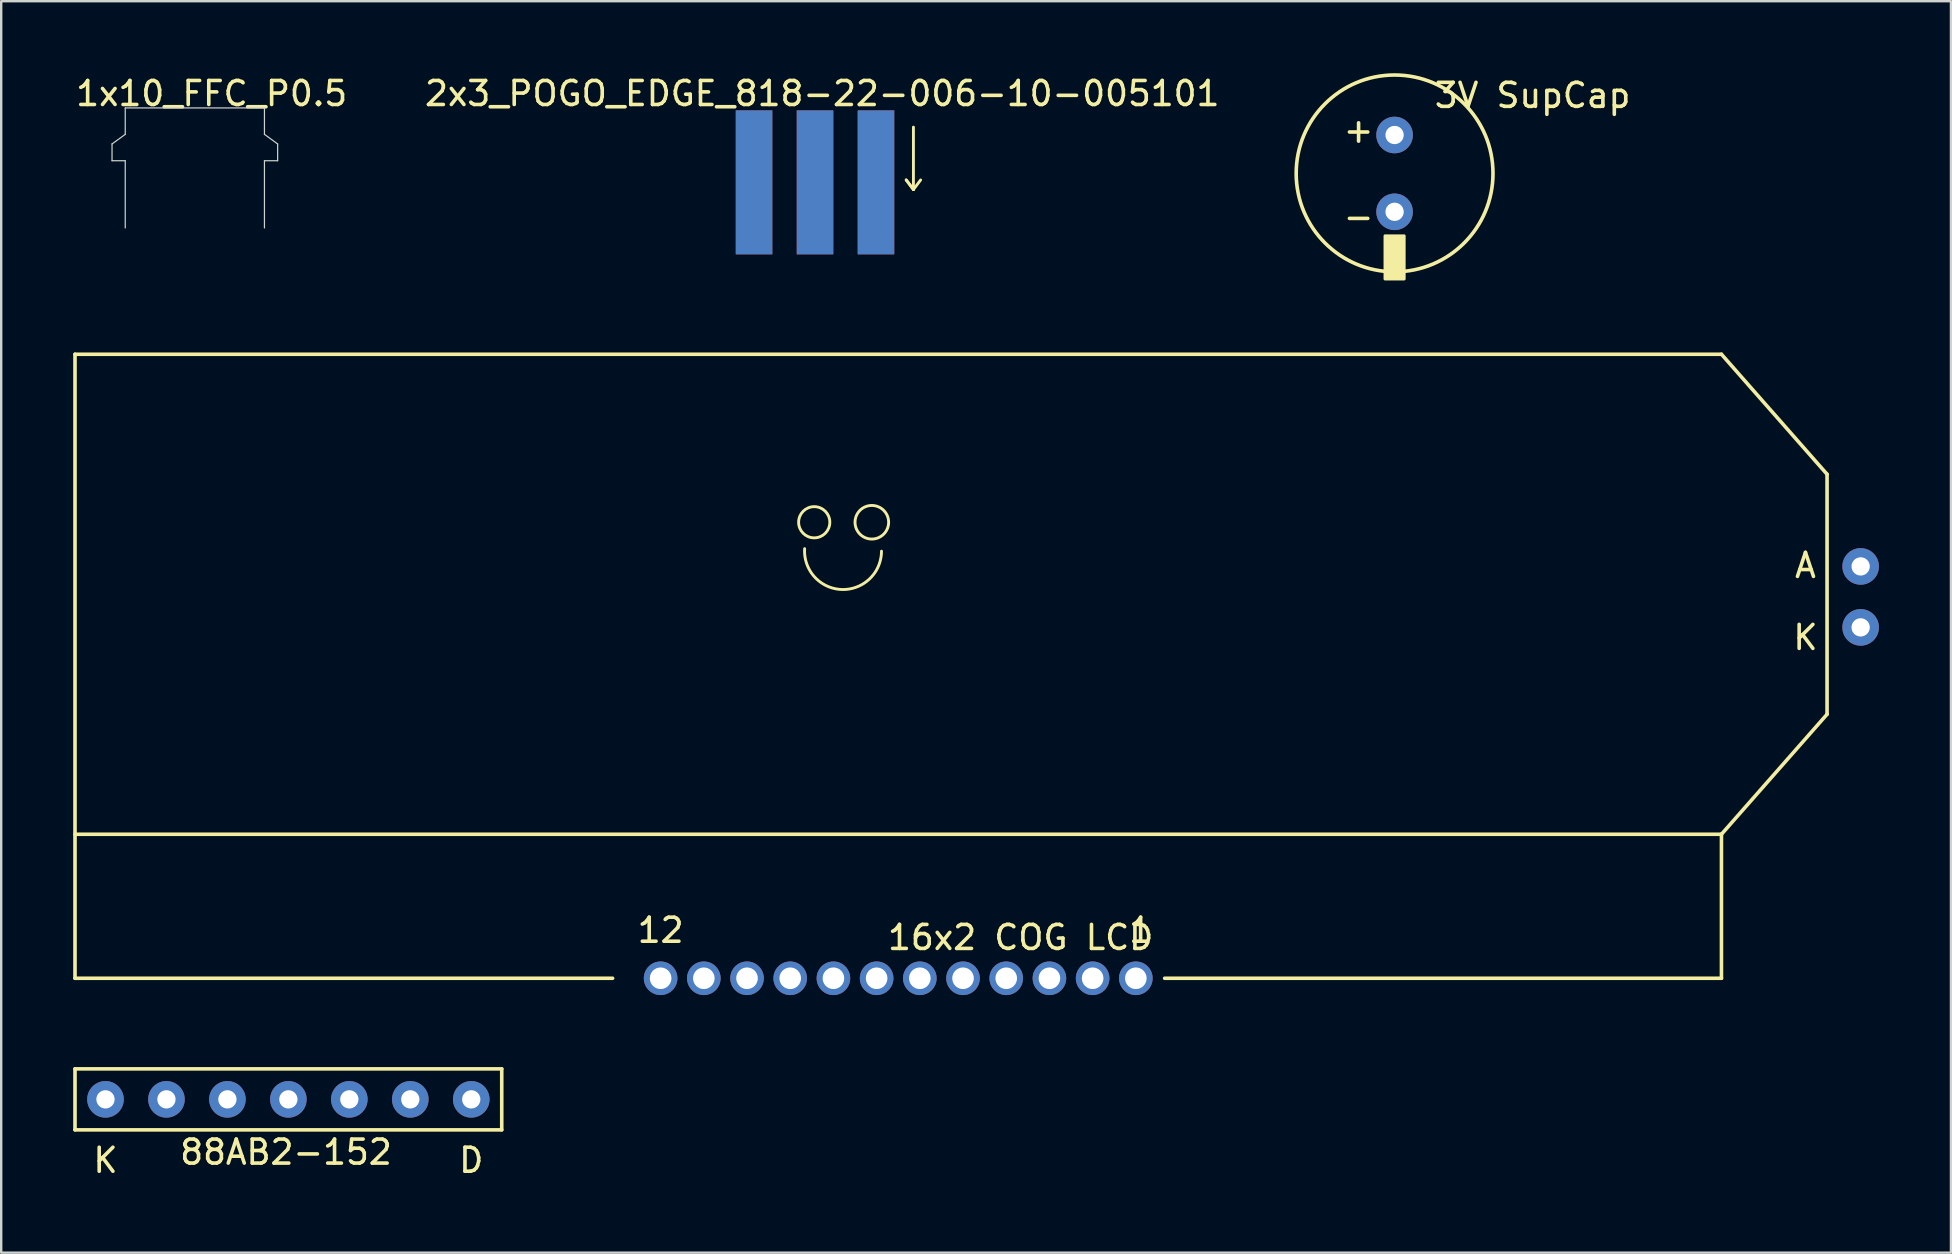
<source format=kicad_pcb>
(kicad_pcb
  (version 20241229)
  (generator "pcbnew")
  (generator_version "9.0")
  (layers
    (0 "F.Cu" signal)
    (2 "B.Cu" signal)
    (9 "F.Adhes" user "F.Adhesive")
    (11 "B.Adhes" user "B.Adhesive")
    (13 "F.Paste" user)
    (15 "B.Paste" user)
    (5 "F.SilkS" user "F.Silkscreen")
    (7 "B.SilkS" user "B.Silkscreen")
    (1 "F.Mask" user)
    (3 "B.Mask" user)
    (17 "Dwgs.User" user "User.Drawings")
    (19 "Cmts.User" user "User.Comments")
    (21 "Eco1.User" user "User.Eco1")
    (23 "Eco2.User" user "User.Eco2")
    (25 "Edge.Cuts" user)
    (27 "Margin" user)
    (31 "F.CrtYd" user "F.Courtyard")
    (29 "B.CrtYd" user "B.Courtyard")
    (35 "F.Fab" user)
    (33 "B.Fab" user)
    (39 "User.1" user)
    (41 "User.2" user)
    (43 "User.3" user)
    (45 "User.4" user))
  (footprint "2x3_POGO_EDGE_818-22-006-10-005101"
    (layer "F.Cu")
    (at 30.908 7.548)
    (property "Reference" "2x3_POGO_EDGE_818-22-006-10-005101" (at 0.3 -6.7 0) (unlocked yes) (layer "F.SilkS") (effects (font (size 1 1) (thickness 0.15))))
    (attr through_hole)
    (fp_line (start 3.8 -3.1) (end 4.1 -2.7) (stroke (width 0.12) (type solid)) (layer "F.SilkS"))
    (fp_line (start 4.1 -5.3) (end 4.1 -2.7) (stroke (width 0.12) (type solid)) (layer "F.SilkS"))
    (fp_line (start 4.1 -2.7) (end 3.8 -3.1) (stroke (width 0.12) (type solid)) (layer "F.SilkS"))
    (fp_line (start 4.1 -2.7) (end 4.4 -3.1) (stroke (width 0.12) (type solid)) (layer "F.SilkS"))
    (pad "1" smd rect (at -2.54 -3 90) (size 6 1.524) (layers "F.Cu" "F.Mask" "F.Paste"))
    (pad "2" smd rect (at -2.54 -3 270) (size 6 1.524) (layers "B.Cu" "B.Mask" "B.Paste"))
    (pad "3" smd rect (at 0 -3 90) (size 6 1.524) (layers "F.Cu" "F.Mask" "F.Paste"))
    (pad "4" smd rect (at 0 -3 270) (size 6 1.524) (layers "B.Cu" "B.Mask" "B.Paste"))
    (pad "5" smd rect (at 2.54 -3 90) (size 6 1.524) (layers "F.Cu" "F.Mask" "F.Paste"))
    (pad "6" smd rect (at 2.54 -3 270) (size 6 1.524) (layers "B.Cu" "B.Mask" "B.Paste")))
  (footprint "88AB2-152"
    (layer "F.Cu")
    (at 8.965 42.755)
    (property "Reference" "88AB2-152" (at -0.1 2.2 0) (layer "F.SilkS") (effects (font (size 1 1) (thickness 0.15))))
    (attr through_hole)
    (fp_line (start -8.89 -1.27) (end 8.89 -1.27) (stroke (width 0.15) (type solid)) (layer "F.SilkS"))
    (fp_line (start -8.89 1.27) (end -8.89 -1.27) (stroke (width 0.15) (type solid)) (layer "F.SilkS"))
    (fp_line (start 8.89 -1.27) (end 8.89 1.27) (stroke (width 0.15) (type solid)) (layer "F.SilkS"))
    (fp_line (start 8.89 1.27) (end -8.89 1.27) (stroke (width 0.15) (type solid)) (layer "F.SilkS"))
    (fp_text user "D" (at 7.62 2.54 0) (layer "F.SilkS") (effects (font (size 1 1) (thickness 0.15))))
    (fp_text user "K" (at -7.62 2.54 0) (layer "F.SilkS") (effects (font (size 1 1) (thickness 0.15))))
    (pad "D" thru_hole circle (at 7.62 0) (size 1.524 1.524) (drill 0.762) (layers "*.Cu" "*.Mask"))
    (pad "E" thru_hole circle (at 5.08 0) (size 1.524 1.524) (drill 0.762) (layers "*.Cu" "*.Mask"))
    (pad "F" thru_hole circle (at 2.54 0) (size 1.524 1.524) (drill 0.762) (layers "*.Cu" "*.Mask"))
    (pad "G" thru_hole circle (at 0 0) (size 1.524 1.524) (drill 0.762) (layers "*.Cu" "*.Mask"))
    (pad "H" thru_hole circle (at -2.54 0) (size 1.524 1.524) (drill 0.762) (layers "*.Cu" "*.Mask"))
    (pad "J" thru_hole circle (at -5.08 0) (size 1.524 1.524) (drill 0.762) (layers "*.Cu" "*.Mask"))
    (pad "K" thru_hole circle (at -7.62 0) (size 1.524 1.524) (drill 0.762) (layers "*.Cu" "*.Mask")))
  (footprint "16x2 COG LCD"
    (layer "F.Cu")
    (at 24.475 37.71)
    (property "Reference" "16x2 COG LCD" (at 15 -1.7 0) (layer "F.SilkS") (effects (font (size 1 1) (thickness 0.15))))
    (attr through_hole)
    (fp_line (start -24.4 -26) (end 44.2 -26) (stroke (width 0.15) (type solid)) (layer "F.SilkS"))
    (fp_line (start -24.4 0) (end -24.4 -26) (stroke (width 0.15) (type solid)) (layer "F.SilkS"))
    (fp_line (start -2 0) (end -24.4 0) (stroke (width 0.15) (type solid)) (layer "F.SilkS"))
    (fp_line (start 44.2 -26) (end 48.6 -21) (stroke (width 0.15) (type solid)) (layer "F.SilkS"))
    (fp_line (start 44.2 -6) (end -24.4 -6) (stroke (width 0.15) (type solid)) (layer "F.SilkS"))
    (fp_line (start 44.2 -6) (end 48.6 -11) (stroke (width 0.15) (type solid)) (layer "F.SilkS"))
    (fp_line (start 44.2 0) (end 21 0) (stroke (width 0.15) (type solid)) (layer "F.SilkS"))
    (fp_line (start 44.2 0) (end 44.2 -6) (stroke (width 0.15) (type solid)) (layer "F.SilkS"))
    (fp_line (start 48.6 -21) (end 48.6 -11) (stroke (width 0.15) (type solid)) (layer "F.SilkS"))
    (fp_arc (start 9.203116 -17.79579) (mid 7.547872 -16.197726) (end 6 -17.9) (stroke (width 0.12) (type solid)) (layer "F.SilkS"))
    (fp_circle (center 6.4 -19) (end 7.05 -19) (stroke (width 0.12) (type solid)) (fill no) (layer "F.SilkS"))
    (fp_circle (center 8.8 -19) (end 9.5 -19) (stroke (width 0.12) (type solid)) (fill no) (layer "F.SilkS"))
    (fp_text user "1" (at 20 -2 0) (layer "F.SilkS") (effects (font (size 1 1) (thickness 0.15))))
    (fp_text user "K" (at 47.7 -14.2 0) (layer "F.SilkS") (effects (font (size 1 1) (thickness 0.15))))
    (fp_text user "A" (at 47.7 -17.2 0) (layer "F.SilkS") (effects (font (size 1 1) (thickness 0.15))))
    (fp_text user "12" (at 0 -2 0) (layer "F.SilkS") (effects (font (size 1 1) (thickness 0.15))))
    (pad "1" thru_hole circle (at 19.8 0) (size 1.4 1.4) (drill 0.9) (layers "*.Cu" "*.Mask"))
    (pad "2" thru_hole circle (at 18 0) (size 1.4 1.4) (drill 0.9) (layers "*.Cu" "*.Mask"))
    (pad "3" thru_hole circle (at 16.2 0) (size 1.4 1.4) (drill 0.9) (layers "*.Cu" "*.Mask"))
    (pad "4" thru_hole circle (at 14.4 0) (size 1.4 1.4) (drill 0.9) (layers "*.Cu" "*.Mask"))
    (pad "5" thru_hole circle (at 12.6 0) (size 1.4 1.4) (drill 0.9) (layers "*.Cu" "*.Mask"))
    (pad "6" thru_hole circle (at 10.8 0) (size 1.4 1.4) (drill 0.9) (layers "*.Cu" "*.Mask"))
    (pad "7" thru_hole circle (at 9 0) (size 1.4 1.4) (drill 0.9) (layers "*.Cu" "*.Mask"))
    (pad "8" thru_hole circle (at 7.2 0) (size 1.4 1.4) (drill 0.9) (layers "*.Cu" "*.Mask"))
    (pad "9" thru_hole circle (at 5.4 0) (size 1.4 1.4) (drill 0.9) (layers "*.Cu" "*.Mask"))
    (pad "10" thru_hole circle (at 3.6 0) (size 1.4 1.4) (drill 0.9) (layers "*.Cu" "*.Mask"))
    (pad "11" thru_hole circle (at 1.8 0) (size 1.4 1.4) (drill 0.9) (layers "*.Cu" "*.Mask"))
    (pad "12" thru_hole circle (at 0 0) (size 1.4 1.4) (drill 0.9) (layers "*.Cu" "*.Mask"))
    (pad "A" thru_hole circle (at 50 -17.16) (size 1.524 1.524) (drill 0.762) (layers "*.Cu" "*.Mask"))
    (pad "K" thru_hole circle (at 50 -14.62) (size 1.524 1.524) (drill 0.762) (layers "*.Cu" "*.Mask")))
  (footprint "1x10_FFC_P0.5"
    (layer "F.Cu")
    (at 5.068 4.948)
    (property "Reference" "1x10_FFC_P0.5" (at 0.7 -4.1 0) (unlocked yes) (layer "F.SilkS") (effects (font (size 1 1) (thickness 0.15))))
    (attr smd)
    (fp_line (start -3.45 -2) (end -3.45 -1.3) (stroke (width 0.05) (type default)) (layer "Edge.Cuts"))
    (fp_line (start -3.45 -1.3) (end -2.9 -1.3) (stroke (width 0.05) (type default)) (layer "Edge.Cuts"))
    (fp_line (start -2.9 -3.5) (end -2.9 -2.4) (stroke (width 0.05) (type default)) (layer "Edge.Cuts"))
    (fp_line (start -2.9 -3.5) (end 2.9 -3.5) (stroke (width 0.05) (type default)) (layer "Edge.Cuts"))
    (fp_line (start -2.9 -2.4) (end -3.45 -2) (stroke (width 0.05) (type default)) (layer "Edge.Cuts"))
    (fp_line (start -2.9 -1.3) (end -2.9 1.5) (stroke (width 0.05) (type default)) (layer "Edge.Cuts"))
    (fp_line (start 2.9 -3.5) (end 2.9 -2.4) (stroke (width 0.05) (type default)) (layer "Edge.Cuts"))
    (fp_line (start 2.9 -2.4) (end 3.45 -2) (stroke (width 0.05) (type default)) (layer "Edge.Cuts"))
    (fp_line (start 2.9 -1.3) (end 2.9 1.5) (stroke (width 0.05) (type default)) (layer "Edge.Cuts"))
    (fp_line (start 2.9 -1.3) (end 3.45 -1.3) (stroke (width 0.05) (type default)) (layer "Edge.Cuts"))
    (fp_line (start 3.45 -2) (end 3.45 -1.3) (stroke (width 0.05) (type default)) (layer "Edge.Cuts"))
    (pad "1" smd rect (at -2.25 -1.75) (size 0.3 3.5) (layers "In2.Cu"))
    (pad "2" smd rect (at -1.75 -1.75) (size 0.3 3.5) (layers "In2.Cu"))
    (pad "3" smd rect (at -1.25 -1.75) (size 0.3 3.5) (layers "In2.Cu"))
    (pad "4" smd rect (at -0.75 -1.75) (size 0.3 3.5) (layers "In2.Cu"))
    (pad "5" smd rect (at -0.25 -1.75) (size 0.3 3.5) (layers "In2.Cu"))
    (pad "6" smd rect (at 0.25 -1.75) (size 0.3 3.5) (layers "In2.Cu"))
    (pad "7" smd rect (at 0.75 -1.75) (size 0.3 3.5) (layers "In2.Cu"))
    (pad "8" smd rect (at 1.25 -1.75) (size 0.3 3.5) (layers "In2.Cu"))
    (pad "9" smd rect (at 1.75 -1.75) (size 0.3 3.5) (layers "In2.Cu"))
    (pad "10" smd rect (at 2.25 -1.75) (size 0.3 3.5) (layers "In2.Cu")))
  (footprint "3V SupCap"
    (layer "F.Cu")
    (at 55.056 4.175)
    (property "Reference" "3V SupCap" (at 5.75 -3.25 0) (layer "F.SilkS") (effects (font (size 1 1) (thickness 0.15))))
    (attr through_hole)
    (fp_rect (start -0.4 2.6) (end 0.4 4.4) (stroke (width 0.12) (type solid)) (fill yes) (layer "F.SilkS"))
    (fp_circle (center 0 0) (end 4.1 0) (stroke (width 0.15) (type solid)) (fill no) (layer "F.SilkS"))
    (fp_text user "-" (at -1.5 1.8 0) (layer "F.SilkS") (effects (font (size 1 1) (thickness 0.15))))
    (fp_text user "+" (at -1.5 -1.8 0) (layer "F.SilkS") (effects (font (size 1 1) (thickness 0.15))))
    (pad "1" thru_hole circle (at 0 -1.6) (size 1.524 1.524) (drill 0.762) (layers "*.Cu" "*.Mask"))
    (pad "2" thru_hole circle (at 0 1.6) (size 1.524 1.524) (drill 0.762) (layers "*.Cu" "*.Mask")))
  (gr_rect
    (start -3 -3)
    (end 78.237 49.143)
    (stroke (width 0.1) (type default))
    (fill no)
    (layer "Edge.Cuts")))
</source>
